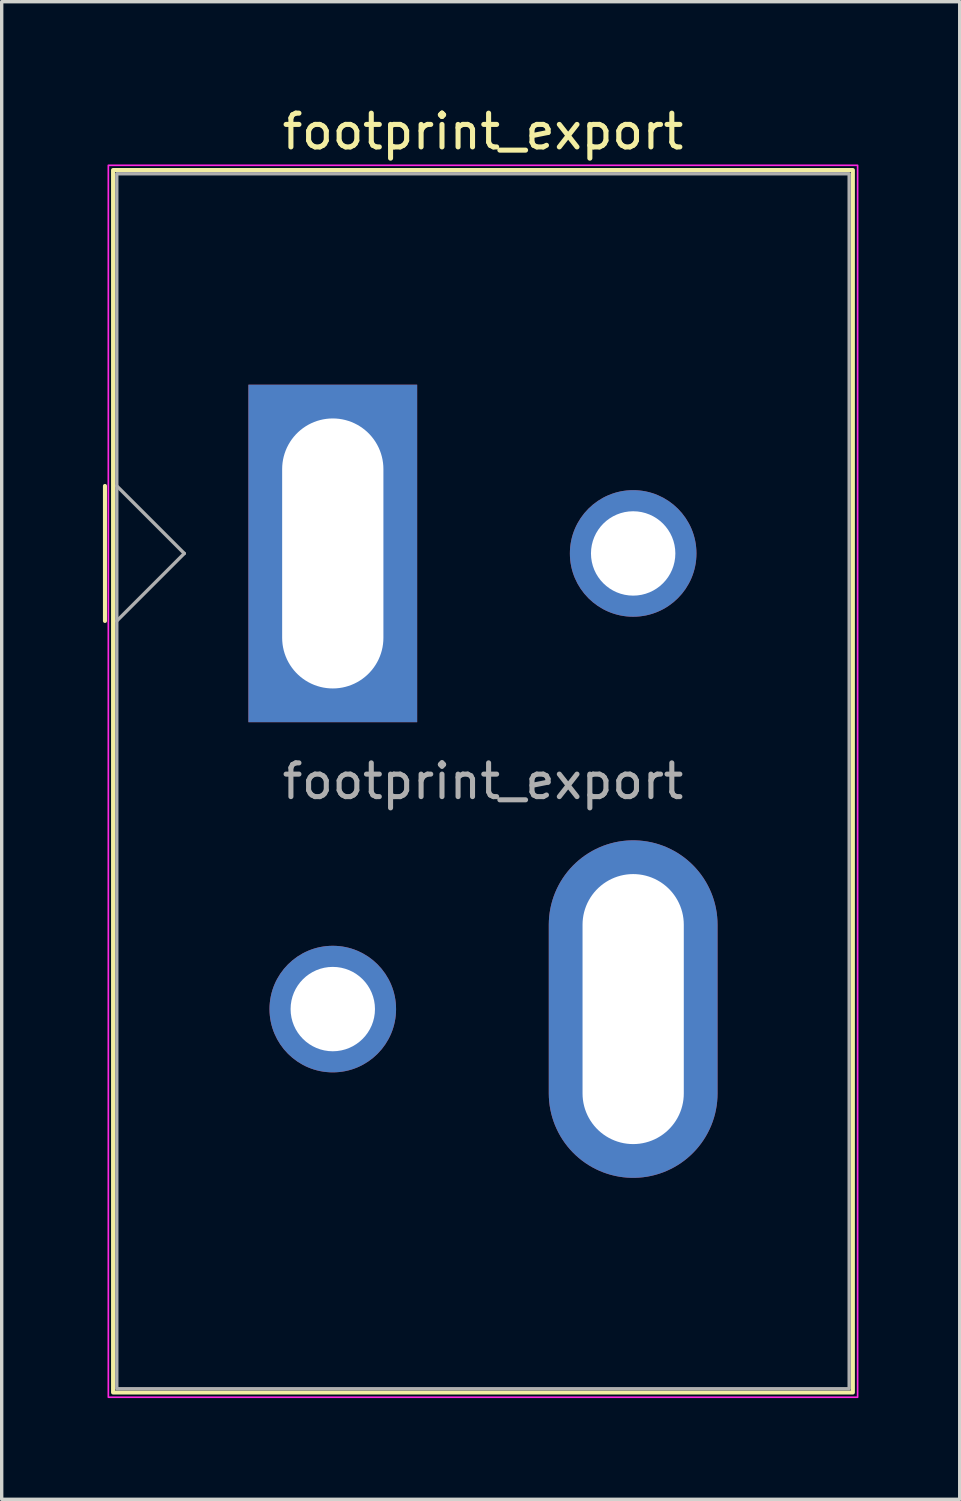
<source format=kicad_pcb>
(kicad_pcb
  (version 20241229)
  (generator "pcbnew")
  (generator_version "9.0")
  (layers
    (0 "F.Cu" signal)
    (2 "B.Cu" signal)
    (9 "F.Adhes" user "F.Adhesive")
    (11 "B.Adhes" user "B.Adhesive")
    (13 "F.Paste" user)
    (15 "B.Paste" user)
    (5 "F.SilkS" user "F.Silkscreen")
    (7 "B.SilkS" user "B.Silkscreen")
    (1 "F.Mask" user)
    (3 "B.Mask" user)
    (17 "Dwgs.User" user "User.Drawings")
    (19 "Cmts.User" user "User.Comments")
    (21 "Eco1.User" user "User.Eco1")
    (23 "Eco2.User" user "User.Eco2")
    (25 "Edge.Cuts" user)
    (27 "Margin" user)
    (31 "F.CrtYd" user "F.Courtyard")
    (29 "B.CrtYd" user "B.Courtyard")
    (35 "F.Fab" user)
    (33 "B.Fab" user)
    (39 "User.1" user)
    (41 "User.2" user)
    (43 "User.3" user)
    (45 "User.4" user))
  (footprint "footprint_export"
    (layer "F.Cu")
    (at 6.81 13.348)
    (property "Reference" "footprint_export" (at 4.45 -12.5 0) (unlocked yes) (layer "F.SilkS") (effects (font (size 1 1) (thickness 0.15))))
    (attr through_hole)
    (fp_line (start -6.75 -2) (end -6.75 2) (stroke (width 0.12) (type solid)) (layer "F.SilkS"))
    (fp_rect (start -6.51 -11.36) (end 15.41 24.86) (stroke (width 0.12) (type solid)) (fill no) (layer "F.SilkS"))
    (fp_rect (start -6.65 -11.5) (end 15.55 25) (stroke (width 0.05) (type solid)) (fill no) (layer "F.CrtYd"))
    (fp_line (start -6.4 -2) (end -4.4 0) (stroke (width 0.1) (type solid)) (layer "F.Fab"))
    (fp_line (start -4.4 0) (end -6.4 2) (stroke (width 0.1) (type solid)) (layer "F.Fab"))
    (fp_rect (start -6.4 -11.25) (end 15.3 24.75) (stroke (width 0.1) (type solid)) (fill no) (layer "F.Fab"))
    (fp_text user "${REFERENCE}" (at 4.45 6.75 0) (unlocked yes) (layer "F.Fab") (effects (font (size 1 1) (thickness 0.15))))
    (pad "" thru_hole circle (at 0 13.5) (size 3.75 3.75) (drill 2.5) (layers "*.Cu" "*.Mask"))
    (pad "" thru_hole circle (at 8.9 0) (size 3.75 3.75) (drill 2.5) (layers "*.Cu" "*.Mask"))
    (pad "1" thru_hole rect (at 0 0) (size 5 10) (drill oval 3 8) (layers "*.Cu" "*.Mask"))
    (pad "2" thru_hole oval (at 8.9 13.5) (size 5 10) (drill oval 3 8) (layers "*.Cu" "*.Mask")))
  (gr_rect
    (start -3 -3)
    (end 25.385 41.373)
    (stroke (width 0.1) (type default))
    (fill no)
    (layer "Edge.Cuts")))
</source>
